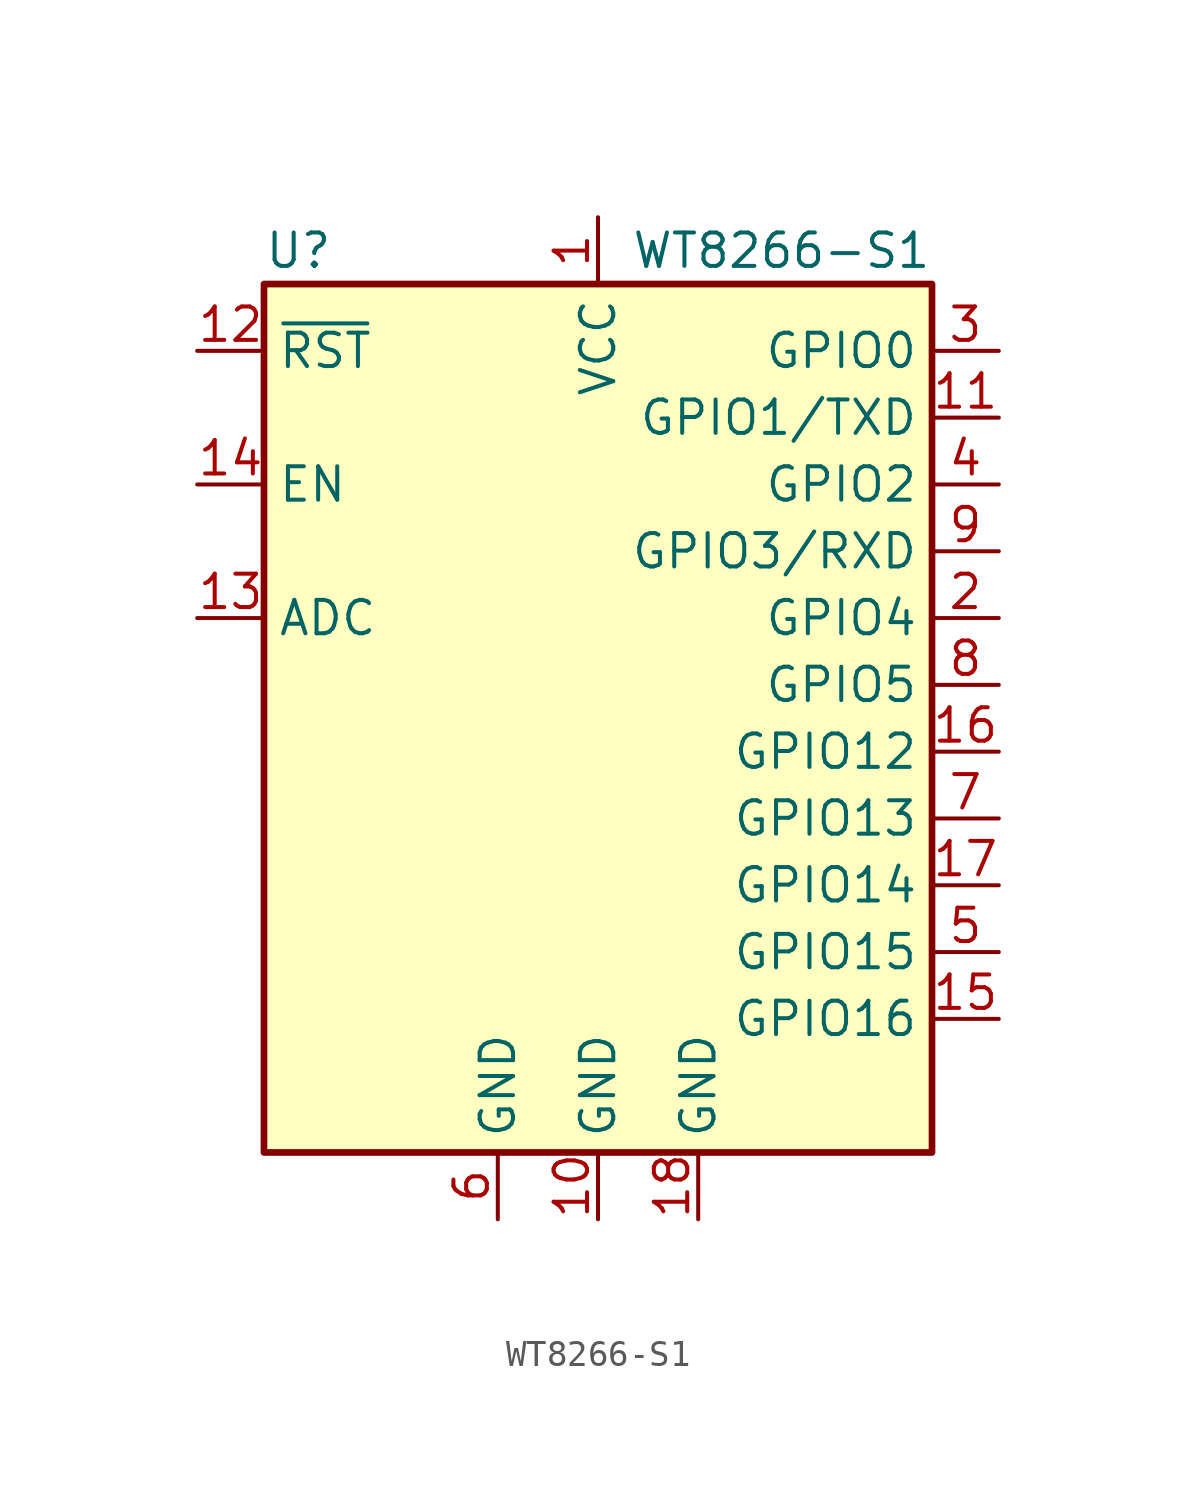
<source format=kicad_sym>
(kicad_symbol_lib
  (version 20220914)
  (generator kicad_symbol_editor)
  (symbol "WT8266-S1"
    (property "Reference" "U"
      (at -12.7 19.05 0)
      (effects (font (size 1.27 1.27)) (justify left)))
    (property "Value" "WT8266-S1"
      (at 12.7 19.05 0)
      (effects (font (size 1.27 1.27)) (justify right)))
    (symbol "WT8266-S1_0_1"
      (rectangle (start -12.7 17.78) (end 12.7 -15.24) (stroke (width 0.254) (type default)) (fill (type background))))
    (symbol "WT8266-S1_1_1"
      (pin power_in line (at 0 20.32 270) (length 2.54) (name "VCC" (effects (font (size 1.27 1.27)))) (number "1" (effects (font (size 1.27 1.27)))))
      (pin power_in line (at 0 -17.78 90) (length 2.54) (name "GND" (effects (font (size 1.27 1.27)))) (number "10" (effects (font (size 1.27 1.27)))))
      (pin bidirectional line (at 15.24 12.7 180) (length 2.54) (name "GPIO1/TXD" (effects (font (size 1.27 1.27)))) (number "11" (effects (font (size 1.27 1.27)))))
      (pin input line (at -15.24 15.24 0) (length 2.54) (name "~{RST}" (effects (font (size 1.27 1.27)))) (number "12" (effects (font (size 1.27 1.27)))))
      (pin input line (at -15.24 5.08 0) (length 2.54) (name "ADC" (effects (font (size 1.27 1.27)))) (number "13" (effects (font (size 1.27 1.27)))))
      (pin input line (at -15.24 10.16 0) (length 2.54) (name "EN" (effects (font (size 1.27 1.27)))) (number "14" (effects (font (size 1.27 1.27)))))
      (pin bidirectional line (at 15.24 -10.16 180) (length 2.54) (name "GPIO16" (effects (font (size 1.27 1.27)))) (number "15" (effects (font (size 1.27 1.27)))))
      (pin bidirectional line (at 15.24 0 180) (length 2.54) (name "GPIO12" (effects (font (size 1.27 1.27)))) (number "16" (effects (font (size 1.27 1.27)))))
      (pin bidirectional line (at 15.24 -5.08 180) (length 2.54) (name "GPIO14" (effects (font (size 1.27 1.27)))) (number "17" (effects (font (size 1.27 1.27)))))
      (pin power_in line (at 3.81 -17.78 90) (length 2.54) (name "GND" (effects (font (size 1.27 1.27)))) (number "18" (effects (font (size 1.27 1.27)))))
      (pin bidirectional line (at 15.24 5.08 180) (length 2.54) (name "GPIO4" (effects (font (size 1.27 1.27)))) (number "2" (effects (font (size 1.27 1.27)))))
      (pin bidirectional line (at 15.24 15.24 180) (length 2.54) (name "GPIO0" (effects (font (size 1.27 1.27)))) (number "3" (effects (font (size 1.27 1.27)))))
      (pin bidirectional line (at 15.24 10.16 180) (length 2.54) (name "GPIO2" (effects (font (size 1.27 1.27)))) (number "4" (effects (font (size 1.27 1.27)))))
      (pin bidirectional line (at 15.24 -7.62 180) (length 2.54) (name "GPIO15" (effects (font (size 1.27 1.27)))) (number "5" (effects (font (size 1.27 1.27)))))
      (pin power_in line (at -3.81 -17.78 90) (length 2.54) (name "GND" (effects (font (size 1.27 1.27)))) (number "6" (effects (font (size 1.27 1.27)))))
      (pin bidirectional line (at 15.24 -2.54 180) (length 2.54) (name "GPIO13" (effects (font (size 1.27 1.27)))) (number "7" (effects (font (size 1.27 1.27)))))
      (pin bidirectional line (at 15.24 2.54 180) (length 2.54) (name "GPIO5" (effects (font (size 1.27 1.27)))) (number "8" (effects (font (size 1.27 1.27)))))
      (pin bidirectional line (at 15.24 7.62 180) (length 2.54) (name "GPIO3/RXD" (effects (font (size 1.27 1.27)))) (number "9" (effects (font (size 1.27 1.27))))))))
</source>
